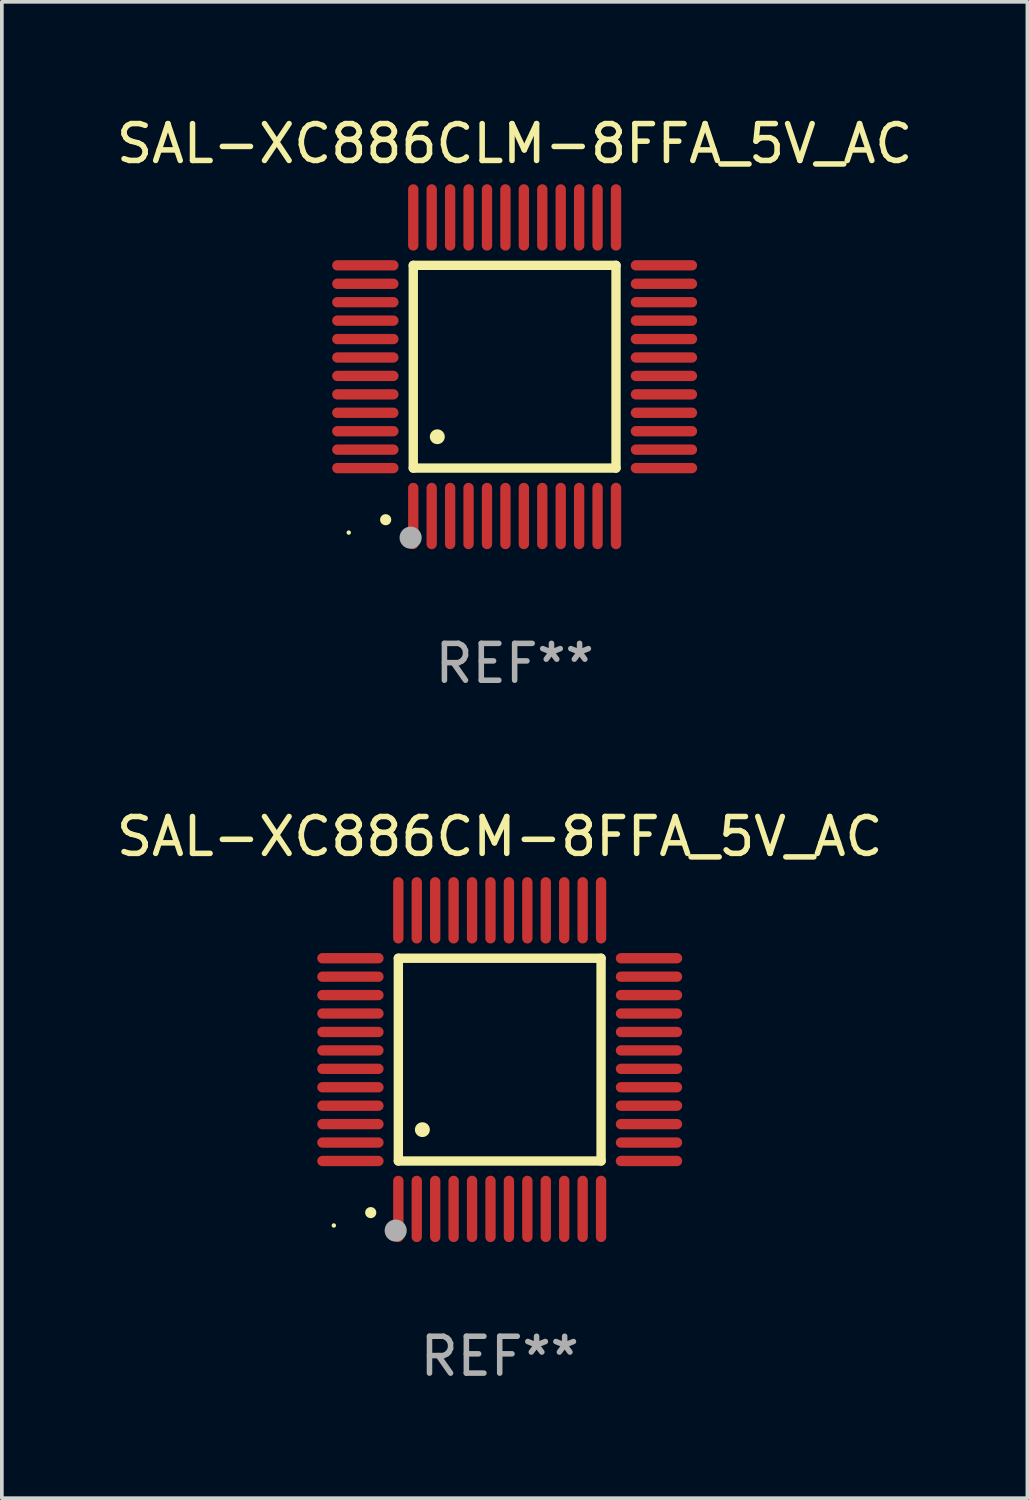
<source format=kicad_pcb>
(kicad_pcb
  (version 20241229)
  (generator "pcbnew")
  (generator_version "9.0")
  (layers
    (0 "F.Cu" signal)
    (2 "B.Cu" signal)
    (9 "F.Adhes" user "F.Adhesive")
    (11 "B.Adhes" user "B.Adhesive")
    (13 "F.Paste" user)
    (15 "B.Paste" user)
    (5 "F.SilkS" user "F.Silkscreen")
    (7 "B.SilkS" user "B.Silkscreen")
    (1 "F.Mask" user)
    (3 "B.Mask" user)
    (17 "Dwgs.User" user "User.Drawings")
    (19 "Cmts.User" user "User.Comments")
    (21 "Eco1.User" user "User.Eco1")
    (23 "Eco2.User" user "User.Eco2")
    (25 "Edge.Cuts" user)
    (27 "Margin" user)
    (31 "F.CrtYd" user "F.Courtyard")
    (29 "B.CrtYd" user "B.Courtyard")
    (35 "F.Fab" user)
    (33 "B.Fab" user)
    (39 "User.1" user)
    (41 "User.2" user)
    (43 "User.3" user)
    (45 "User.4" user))
  (footprint "SAL-XC886CLM-8FFA_5V_AC"
    (layer "F.Cu")
    (at 10.911 6.898)
    (property "Reference" "SAL-XC886CLM-8FFA_5V_AC" (at 0 -6.05 0) (layer "F.SilkS") (effects (font (size 1 1) (thickness 0.15))))
    (attr through_hole)
    (fp_line (start -2.75 -2.75) (end 2.75 -2.75) (stroke (width 0.254) (type solid)) (layer "F.SilkS"))
    (fp_line (start -2.75 2.75) (end -2.75 -2.75) (stroke (width 0.254) (type solid)) (layer "F.SilkS"))
    (fp_line (start 2.75 -2.75) (end 2.75 2.75) (stroke (width 0.254) (type solid)) (layer "F.SilkS"))
    (fp_line (start 2.75 2.75) (end -2.75 2.75) (stroke (width 0.254) (type solid)) (layer "F.SilkS"))
    (fp_arc (start -3.500127 4.150368) (mid -3.498857 4.150363) (end -3.497587 4.150368) (stroke (width 0.3) (type solid)) (layer "F.SilkS"))
    (fp_arc (start -2.100584 1.899924) (mid -2.098044 1.899908) (end -2.095504 1.899924) (stroke (width 0.4) (type solid)) (layer "F.SilkS"))
    (fp_circle (center -4.5 4.5) (end -4.47 4.5) (stroke (width 0.06) (type solid)) (fill no) (layer "F.SilkS"))
    (fp_circle (center -2.822 4.638) (end -2.672 4.638) (stroke (width 0.3) (type solid)) (fill no) (layer "F.Fab"))
    (fp_text user "REF**" (at 0 8.05 0) (layer "F.Fab") (effects (font (size 1 1) (thickness 0.15))))
    (pad "1" smd oval (at -2.75 4.05) (size 0.28 1.8) (layers "F.Cu" "F.Mask" "F.Paste"))
    (pad "2" smd oval (at -2.25 4.05) (size 0.28 1.8) (layers "F.Cu" "F.Mask" "F.Paste"))
    (pad "3" smd oval (at -1.75 4.05) (size 0.28 1.8) (layers "F.Cu" "F.Mask" "F.Paste"))
    (pad "4" smd oval (at -1.25 4.05) (size 0.28 1.8) (layers "F.Cu" "F.Mask" "F.Paste"))
    (pad "5" smd oval (at -0.75 4.05) (size 0.28 1.8) (layers "F.Cu" "F.Mask" "F.Paste"))
    (pad "6" smd oval (at -0.25 4.05) (size 0.28 1.8) (layers "F.Cu" "F.Mask" "F.Paste"))
    (pad "7" smd oval (at 0.25 4.05) (size 0.28 1.8) (layers "F.Cu" "F.Mask" "F.Paste"))
    (pad "8" smd oval (at 0.75 4.05) (size 0.28 1.8) (layers "F.Cu" "F.Mask" "F.Paste"))
    (pad "9" smd oval (at 1.25 4.05) (size 0.28 1.8) (layers "F.Cu" "F.Mask" "F.Paste"))
    (pad "10" smd oval (at 1.75 4.05) (size 0.28 1.8) (layers "F.Cu" "F.Mask" "F.Paste"))
    (pad "11" smd oval (at 2.25 4.05) (size 0.28 1.8) (layers "F.Cu" "F.Mask" "F.Paste"))
    (pad "12" smd oval (at 2.75 4.05) (size 0.28 1.8) (layers "F.Cu" "F.Mask" "F.Paste"))
    (pad "13" smd oval (at 4.05 2.75) (size 1.8 0.28) (layers "F.Cu" "F.Mask" "F.Paste"))
    (pad "14" smd oval (at 4.05 2.25) (size 1.8 0.28) (layers "F.Cu" "F.Mask" "F.Paste"))
    (pad "15" smd oval (at 4.05 1.75) (size 1.8 0.28) (layers "F.Cu" "F.Mask" "F.Paste"))
    (pad "16" smd oval (at 4.05 1.25) (size 1.8 0.28) (layers "F.Cu" "F.Mask" "F.Paste"))
    (pad "17" smd oval (at 4.05 0.75) (size 1.8 0.28) (layers "F.Cu" "F.Mask" "F.Paste"))
    (pad "18" smd oval (at 4.05 0.25) (size 1.8 0.28) (layers "F.Cu" "F.Mask" "F.Paste"))
    (pad "19" smd oval (at 4.05 -0.25) (size 1.8 0.28) (layers "F.Cu" "F.Mask" "F.Paste"))
    (pad "20" smd oval (at 4.05 -0.75) (size 1.8 0.28) (layers "F.Cu" "F.Mask" "F.Paste"))
    (pad "21" smd oval (at 4.05 -1.25) (size 1.8 0.28) (layers "F.Cu" "F.Mask" "F.Paste"))
    (pad "22" smd oval (at 4.05 -1.75) (size 1.8 0.28) (layers "F.Cu" "F.Mask" "F.Paste"))
    (pad "23" smd oval (at 4.05 -2.25) (size 1.8 0.28) (layers "F.Cu" "F.Mask" "F.Paste"))
    (pad "24" smd oval (at 4.05 -2.75) (size 1.8 0.28) (layers "F.Cu" "F.Mask" "F.Paste"))
    (pad "25" smd oval (at 2.75 -4.05) (size 0.28 1.8) (layers "F.Cu" "F.Mask" "F.Paste"))
    (pad "26" smd oval (at 2.25 -4.05) (size 0.28 1.8) (layers "F.Cu" "F.Mask" "F.Paste"))
    (pad "27" smd oval (at 1.75 -4.05) (size 0.28 1.8) (layers "F.Cu" "F.Mask" "F.Paste"))
    (pad "28" smd oval (at 1.25 -4.05) (size 0.28 1.8) (layers "F.Cu" "F.Mask" "F.Paste"))
    (pad "29" smd oval (at 0.75 -4.05) (size 0.28 1.8) (layers "F.Cu" "F.Mask" "F.Paste"))
    (pad "30" smd oval (at 0.25 -4.05) (size 0.28 1.8) (layers "F.Cu" "F.Mask" "F.Paste"))
    (pad "31" smd oval (at -0.25 -4.05) (size 0.28 1.8) (layers "F.Cu" "F.Mask" "F.Paste"))
    (pad "32" smd oval (at -0.75 -4.05) (size 0.28 1.8) (layers "F.Cu" "F.Mask" "F.Paste"))
    (pad "33" smd oval (at -1.25 -4.05) (size 0.28 1.8) (layers "F.Cu" "F.Mask" "F.Paste"))
    (pad "34" smd oval (at -1.75 -4.05) (size 0.28 1.8) (layers "F.Cu" "F.Mask" "F.Paste"))
    (pad "35" smd oval (at -2.25 -4.05) (size 0.28 1.8) (layers "F.Cu" "F.Mask" "F.Paste"))
    (pad "36" smd oval (at -2.75 -4.05) (size 0.28 1.8) (layers "F.Cu" "F.Mask" "F.Paste"))
    (pad "37" smd oval (at -4.05 -2.75) (size 1.8 0.28) (layers "F.Cu" "F.Mask" "F.Paste"))
    (pad "38" smd oval (at -4.05 -2.25) (size 1.8 0.28) (layers "F.Cu" "F.Mask" "F.Paste"))
    (pad "39" smd oval (at -4.05 -1.75) (size 1.8 0.28) (layers "F.Cu" "F.Mask" "F.Paste"))
    (pad "40" smd oval (at -4.05 -1.25) (size 1.8 0.28) (layers "F.Cu" "F.Mask" "F.Paste"))
    (pad "41" smd oval (at -4.05 -0.75) (size 1.8 0.28) (layers "F.Cu" "F.Mask" "F.Paste"))
    (pad "42" smd oval (at -4.05 -0.25) (size 1.8 0.28) (layers "F.Cu" "F.Mask" "F.Paste"))
    (pad "43" smd oval (at -4.05 0.25) (size 1.8 0.28) (layers "F.Cu" "F.Mask" "F.Paste"))
    (pad "44" smd oval (at -4.05 0.75) (size 1.8 0.28) (layers "F.Cu" "F.Mask" "F.Paste"))
    (pad "45" smd oval (at -4.05 1.25) (size 1.8 0.28) (layers "F.Cu" "F.Mask" "F.Paste"))
    (pad "46" smd oval (at -4.05 1.75) (size 1.8 0.28) (layers "F.Cu" "F.Mask" "F.Paste"))
    (pad "47" smd oval (at -4.05 2.25) (size 1.8 0.28) (layers "F.Cu" "F.Mask" "F.Paste"))
    (pad "48" smd oval (at -4.05 2.75) (size 1.8 0.28) (layers "F.Cu" "F.Mask" "F.Paste")))
  (footprint "SAL-XC886CM-8FFA_5V_AC"
    (layer "F.Cu")
    (at 10.506 25.695)
    (property "Reference" "SAL-XC886CM-8FFA_5V_AC" (at 0 -6.05 0) (layer "F.SilkS") (effects (font (size 1 1) (thickness 0.15))))
    (attr through_hole)
    (fp_line (start -2.75 -2.75) (end 2.75 -2.75) (stroke (width 0.254) (type solid)) (layer "F.SilkS"))
    (fp_line (start -2.75 2.75) (end -2.75 -2.75) (stroke (width 0.254) (type solid)) (layer "F.SilkS"))
    (fp_line (start 2.75 -2.75) (end 2.75 2.75) (stroke (width 0.254) (type solid)) (layer "F.SilkS"))
    (fp_line (start 2.75 2.75) (end -2.75 2.75) (stroke (width 0.254) (type solid)) (layer "F.SilkS"))
    (fp_arc (start -3.500127 4.150368) (mid -3.498857 4.150363) (end -3.497587 4.150368) (stroke (width 0.3) (type solid)) (layer "F.SilkS"))
    (fp_arc (start -2.100584 1.899924) (mid -2.098044 1.899908) (end -2.095504 1.899924) (stroke (width 0.4) (type solid)) (layer "F.SilkS"))
    (fp_circle (center -4.5 4.5) (end -4.47 4.5) (stroke (width 0.06) (type solid)) (fill no) (layer "F.SilkS"))
    (fp_circle (center -2.822 4.638) (end -2.672 4.638) (stroke (width 0.3) (type solid)) (fill no) (layer "F.Fab"))
    (fp_text user "REF**" (at 0 8.05 0) (layer "F.Fab") (effects (font (size 1 1) (thickness 0.15))))
    (pad "1" smd oval (at -2.75 4.05) (size 0.28 1.8) (layers "F.Cu" "F.Mask" "F.Paste"))
    (pad "2" smd oval (at -2.25 4.05) (size 0.28 1.8) (layers "F.Cu" "F.Mask" "F.Paste"))
    (pad "3" smd oval (at -1.75 4.05) (size 0.28 1.8) (layers "F.Cu" "F.Mask" "F.Paste"))
    (pad "4" smd oval (at -1.25 4.05) (size 0.28 1.8) (layers "F.Cu" "F.Mask" "F.Paste"))
    (pad "5" smd oval (at -0.75 4.05) (size 0.28 1.8) (layers "F.Cu" "F.Mask" "F.Paste"))
    (pad "6" smd oval (at -0.25 4.05) (size 0.28 1.8) (layers "F.Cu" "F.Mask" "F.Paste"))
    (pad "7" smd oval (at 0.25 4.05) (size 0.28 1.8) (layers "F.Cu" "F.Mask" "F.Paste"))
    (pad "8" smd oval (at 0.75 4.05) (size 0.28 1.8) (layers "F.Cu" "F.Mask" "F.Paste"))
    (pad "9" smd oval (at 1.25 4.05) (size 0.28 1.8) (layers "F.Cu" "F.Mask" "F.Paste"))
    (pad "10" smd oval (at 1.75 4.05) (size 0.28 1.8) (layers "F.Cu" "F.Mask" "F.Paste"))
    (pad "11" smd oval (at 2.25 4.05) (size 0.28 1.8) (layers "F.Cu" "F.Mask" "F.Paste"))
    (pad "12" smd oval (at 2.75 4.05) (size 0.28 1.8) (layers "F.Cu" "F.Mask" "F.Paste"))
    (pad "13" smd oval (at 4.05 2.75) (size 1.8 0.28) (layers "F.Cu" "F.Mask" "F.Paste"))
    (pad "14" smd oval (at 4.05 2.25) (size 1.8 0.28) (layers "F.Cu" "F.Mask" "F.Paste"))
    (pad "15" smd oval (at 4.05 1.75) (size 1.8 0.28) (layers "F.Cu" "F.Mask" "F.Paste"))
    (pad "16" smd oval (at 4.05 1.25) (size 1.8 0.28) (layers "F.Cu" "F.Mask" "F.Paste"))
    (pad "17" smd oval (at 4.05 0.75) (size 1.8 0.28) (layers "F.Cu" "F.Mask" "F.Paste"))
    (pad "18" smd oval (at 4.05 0.25) (size 1.8 0.28) (layers "F.Cu" "F.Mask" "F.Paste"))
    (pad "19" smd oval (at 4.05 -0.25) (size 1.8 0.28) (layers "F.Cu" "F.Mask" "F.Paste"))
    (pad "20" smd oval (at 4.05 -0.75) (size 1.8 0.28) (layers "F.Cu" "F.Mask" "F.Paste"))
    (pad "21" smd oval (at 4.05 -1.25) (size 1.8 0.28) (layers "F.Cu" "F.Mask" "F.Paste"))
    (pad "22" smd oval (at 4.05 -1.75) (size 1.8 0.28) (layers "F.Cu" "F.Mask" "F.Paste"))
    (pad "23" smd oval (at 4.05 -2.25) (size 1.8 0.28) (layers "F.Cu" "F.Mask" "F.Paste"))
    (pad "24" smd oval (at 4.05 -2.75) (size 1.8 0.28) (layers "F.Cu" "F.Mask" "F.Paste"))
    (pad "25" smd oval (at 2.75 -4.05) (size 0.28 1.8) (layers "F.Cu" "F.Mask" "F.Paste"))
    (pad "26" smd oval (at 2.25 -4.05) (size 0.28 1.8) (layers "F.Cu" "F.Mask" "F.Paste"))
    (pad "27" smd oval (at 1.75 -4.05) (size 0.28 1.8) (layers "F.Cu" "F.Mask" "F.Paste"))
    (pad "28" smd oval (at 1.25 -4.05) (size 0.28 1.8) (layers "F.Cu" "F.Mask" "F.Paste"))
    (pad "29" smd oval (at 0.75 -4.05) (size 0.28 1.8) (layers "F.Cu" "F.Mask" "F.Paste"))
    (pad "30" smd oval (at 0.25 -4.05) (size 0.28 1.8) (layers "F.Cu" "F.Mask" "F.Paste"))
    (pad "31" smd oval (at -0.25 -4.05) (size 0.28 1.8) (layers "F.Cu" "F.Mask" "F.Paste"))
    (pad "32" smd oval (at -0.75 -4.05) (size 0.28 1.8) (layers "F.Cu" "F.Mask" "F.Paste"))
    (pad "33" smd oval (at -1.25 -4.05) (size 0.28 1.8) (layers "F.Cu" "F.Mask" "F.Paste"))
    (pad "34" smd oval (at -1.75 -4.05) (size 0.28 1.8) (layers "F.Cu" "F.Mask" "F.Paste"))
    (pad "35" smd oval (at -2.25 -4.05) (size 0.28 1.8) (layers "F.Cu" "F.Mask" "F.Paste"))
    (pad "36" smd oval (at -2.75 -4.05) (size 0.28 1.8) (layers "F.Cu" "F.Mask" "F.Paste"))
    (pad "37" smd oval (at -4.05 -2.75) (size 1.8 0.28) (layers "F.Cu" "F.Mask" "F.Paste"))
    (pad "38" smd oval (at -4.05 -2.25) (size 1.8 0.28) (layers "F.Cu" "F.Mask" "F.Paste"))
    (pad "39" smd oval (at -4.05 -1.75) (size 1.8 0.28) (layers "F.Cu" "F.Mask" "F.Paste"))
    (pad "40" smd oval (at -4.05 -1.25) (size 1.8 0.28) (layers "F.Cu" "F.Mask" "F.Paste"))
    (pad "41" smd oval (at -4.05 -0.75) (size 1.8 0.28) (layers "F.Cu" "F.Mask" "F.Paste"))
    (pad "42" smd oval (at -4.05 -0.25) (size 1.8 0.28) (layers "F.Cu" "F.Mask" "F.Paste"))
    (pad "43" smd oval (at -4.05 0.25) (size 1.8 0.28) (layers "F.Cu" "F.Mask" "F.Paste"))
    (pad "44" smd oval (at -4.05 0.75) (size 1.8 0.28) (layers "F.Cu" "F.Mask" "F.Paste"))
    (pad "45" smd oval (at -4.05 1.25) (size 1.8 0.28) (layers "F.Cu" "F.Mask" "F.Paste"))
    (pad "46" smd oval (at -4.05 1.75) (size 1.8 0.28) (layers "F.Cu" "F.Mask" "F.Paste"))
    (pad "47" smd oval (at -4.05 2.25) (size 1.8 0.28) (layers "F.Cu" "F.Mask" "F.Paste"))
    (pad "48" smd oval (at -4.05 2.75) (size 1.8 0.28) (layers "F.Cu" "F.Mask" "F.Paste")))
  (gr_rect
    (start -3 -3)
    (end 24.821 37.593)
    (stroke (width 0.1) (type default))
    (fill no)
    (layer "Edge.Cuts")))
</source>
